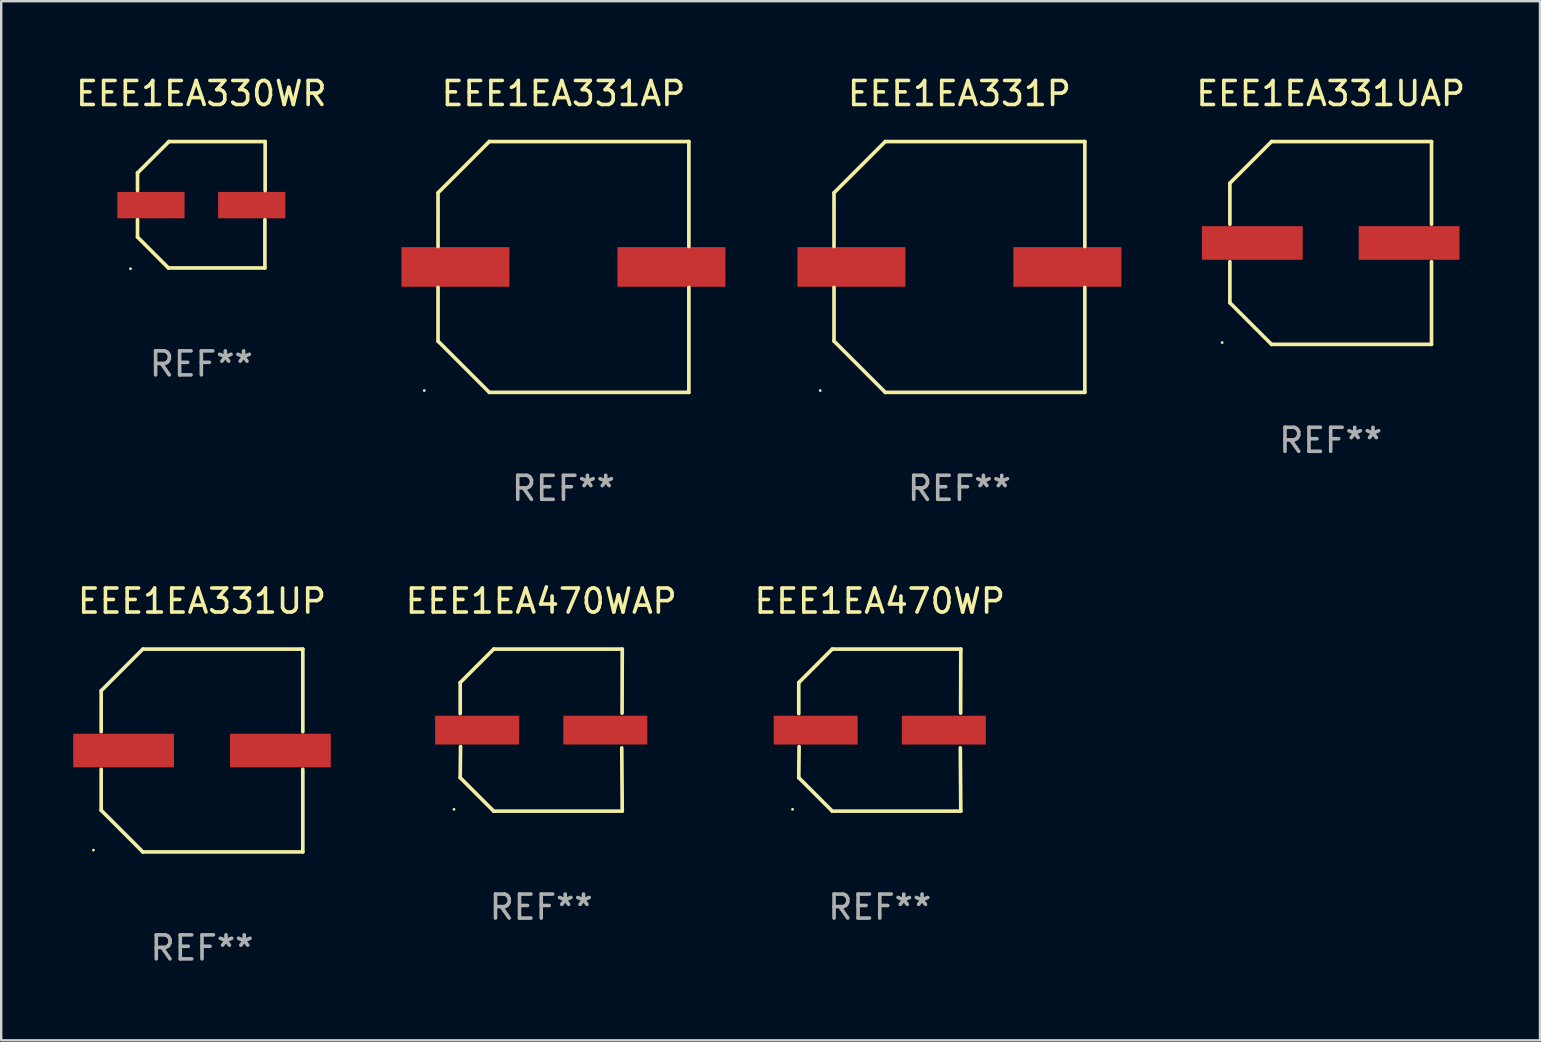
<source format=kicad_pcb>
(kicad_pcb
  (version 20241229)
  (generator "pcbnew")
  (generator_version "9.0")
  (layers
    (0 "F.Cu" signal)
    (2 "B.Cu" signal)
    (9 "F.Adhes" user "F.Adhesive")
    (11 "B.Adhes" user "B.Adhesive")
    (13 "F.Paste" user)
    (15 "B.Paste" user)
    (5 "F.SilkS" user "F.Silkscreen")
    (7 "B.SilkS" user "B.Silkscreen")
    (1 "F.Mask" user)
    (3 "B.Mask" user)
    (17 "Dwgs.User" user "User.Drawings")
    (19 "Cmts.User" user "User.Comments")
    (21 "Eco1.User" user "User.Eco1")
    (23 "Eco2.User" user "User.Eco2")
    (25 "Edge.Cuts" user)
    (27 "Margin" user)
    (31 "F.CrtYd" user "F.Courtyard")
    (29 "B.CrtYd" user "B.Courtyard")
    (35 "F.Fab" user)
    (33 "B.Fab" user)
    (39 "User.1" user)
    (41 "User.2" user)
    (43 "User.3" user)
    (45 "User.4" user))
  (footprint "EEE1EA331AP"
    (layer "F.Cu")
    (at 20.428 8.074)
    (property "Reference" "EEE1EA331AP" (at 0 -7.226 0) (layer "F.SilkS") (effects (font (size 1 1) (thickness 0.15))))
    (attr through_hole)
    (fp_line (start -5.226 -3.09) (end -5.226 -0.852) (stroke (width 0.152) (type solid)) (layer "F.SilkS"))
    (fp_line (start -5.226 3.09) (end -5.226 0.852) (stroke (width 0.152) (type solid)) (layer "F.SilkS"))
    (fp_line (start -3.09 -5.226) (end -5.226 -3.09) (stroke (width 0.152) (type solid)) (layer "F.SilkS"))
    (fp_line (start -3.09 5.226) (end -5.226 3.09) (stroke (width 0.152) (type solid)) (layer "F.SilkS"))
    (fp_line (start 5.226 -5.226) (end -3.09 -5.226) (stroke (width 0.152) (type solid)) (layer "F.SilkS"))
    (fp_line (start 5.226 -0.852) (end 5.226 -5.226) (stroke (width 0.152) (type solid)) (layer "F.SilkS"))
    (fp_line (start 5.226 0.852) (end 5.226 5.226) (stroke (width 0.152) (type solid)) (layer "F.SilkS"))
    (fp_line (start 5.226 5.226) (end -3.09 5.226) (stroke (width 0.152) (type solid)) (layer "F.SilkS"))
    (fp_circle (center -5.8 5.15) (end -5.77 5.15) (stroke (width 0.06) (type solid)) (fill no) (layer "F.SilkS"))
    (fp_text user "REF**" (at 0 9.226 0) (layer "F.Fab") (effects (font (size 1 1) (thickness 0.15))))
    (pad "1" smd rect (at -4.5 0) (size 4.5 1.65) (layers "F.Cu" "F.Mask" "F.Paste"))
    (pad "2" smd rect (at 4.5 0) (size 4.5 1.65) (layers "F.Cu" "F.Mask" "F.Paste")))
  (footprint "EEE1EA331P"
    (layer "F.Cu")
    (at 36.928 8.074)
    (property "Reference" "EEE1EA331P" (at 0 -7.226 0) (layer "F.SilkS") (effects (font (size 1 1) (thickness 0.15))))
    (attr through_hole)
    (fp_line (start -5.226 -3.09) (end -5.226 -0.852) (stroke (width 0.152) (type solid)) (layer "F.SilkS"))
    (fp_line (start -5.226 3.09) (end -5.226 0.852) (stroke (width 0.152) (type solid)) (layer "F.SilkS"))
    (fp_line (start -3.09 -5.226) (end -5.226 -3.09) (stroke (width 0.152) (type solid)) (layer "F.SilkS"))
    (fp_line (start -3.09 5.226) (end -5.226 3.09) (stroke (width 0.152) (type solid)) (layer "F.SilkS"))
    (fp_line (start 5.226 -5.226) (end -3.09 -5.226) (stroke (width 0.152) (type solid)) (layer "F.SilkS"))
    (fp_line (start 5.226 -0.852) (end 5.226 -5.226) (stroke (width 0.152) (type solid)) (layer "F.SilkS"))
    (fp_line (start 5.226 0.852) (end 5.226 5.226) (stroke (width 0.152) (type solid)) (layer "F.SilkS"))
    (fp_line (start 5.226 5.226) (end -3.09 5.226) (stroke (width 0.152) (type solid)) (layer "F.SilkS"))
    (fp_circle (center -5.8 5.15) (end -5.77 5.15) (stroke (width 0.06) (type solid)) (fill no) (layer "F.SilkS"))
    (fp_text user "REF**" (at 0 9.226 0) (layer "F.Fab") (effects (font (size 1 1) (thickness 0.15))))
    (pad "1" smd rect (at -4.5 0) (size 4.5 1.65) (layers "F.Cu" "F.Mask" "F.Paste"))
    (pad "2" smd rect (at 4.5 0) (size 4.5 1.65) (layers "F.Cu" "F.Mask" "F.Paste")))
  (footprint "EEE1EA470WAP"
    (layer "F.Cu")
    (at 19.502 27.373)
    (property "Reference" "EEE1EA470WAP" (at 0 -5.376 0) (layer "F.SilkS") (effects (font (size 1 1) (thickness 0.15))))
    (attr through_hole)
    (fp_line (start -3.376 -1.98) (end -3.376 -0.686) (stroke (width 0.152) (type solid)) (layer "F.SilkS"))
    (fp_line (start -3.376 1.981) (end -3.362 0.686) (stroke (width 0.152) (type solid)) (layer "F.SilkS"))
    (fp_line (start -1.981 3.376) (end -3.376 1.981) (stroke (width 0.152) (type solid)) (layer "F.SilkS"))
    (fp_line (start -1.98 -3.376) (end -3.376 -1.98) (stroke (width 0.152) (type solid)) (layer "F.SilkS"))
    (fp_line (start 3.356 0.74) (end 3.376 3.376) (stroke (width 0.152) (type solid)) (layer "F.SilkS"))
    (fp_line (start 3.369 -0.707) (end 3.376 -3.376) (stroke (width 0.152) (type solid)) (layer "F.SilkS"))
    (fp_line (start 3.376 3.376) (end -1.981 3.376) (stroke (width 0.152) (type solid)) (layer "F.SilkS"))
    (fp_line (start 3.376 -3.376) (end -1.98 -3.376) (stroke (width 0.152) (type solid)) (layer "F.SilkS"))
    (fp_circle (center -3.634 3.3) (end -3.604 3.3) (stroke (width 0.06) (type solid)) (fill no) (layer "F.SilkS"))
    (fp_text user "REF**" (at 0 7.376 0) (layer "F.Fab") (effects (font (size 1 1) (thickness 0.15))))
    (pad "1" smd rect (at -2.67 0.000254) (size 3.5 1.2) (layers "F.Cu" "F.Mask" "F.Paste"))
    (pad "2" smd rect (at 2.67 0.000254) (size 3.5 1.2) (layers "F.Cu" "F.Mask" "F.Paste")))
  (footprint "EEE1EA331UP"
    (layer "F.Cu")
    (at 5.367 28.223)
    (property "Reference" "EEE1EA331UP" (at 0 -6.226 0) (layer "F.SilkS") (effects (font (size 1 1) (thickness 0.15))))
    (attr through_hole)
    (fp_line (start -4.201 -2.49) (end -4.201 -0.782) (stroke (width 0.152) (type solid)) (layer "F.SilkS"))
    (fp_line (start -4.201 2.49) (end -4.201 0.782) (stroke (width 0.152) (type solid)) (layer "F.SilkS"))
    (fp_line (start -2.465 -4.226) (end -4.201 -2.49) (stroke (width 0.152) (type solid)) (layer "F.SilkS"))
    (fp_line (start -2.465 4.226) (end -4.201 2.49) (stroke (width 0.152) (type solid)) (layer "F.SilkS"))
    (fp_line (start 4.201 -4.226) (end -2.465 -4.226) (stroke (width 0.152) (type solid)) (layer "F.SilkS"))
    (fp_line (start 4.201 -0.782) (end 4.201 -4.226) (stroke (width 0.152) (type solid)) (layer "F.SilkS"))
    (fp_line (start 4.201 0.782) (end 4.201 4.226) (stroke (width 0.152) (type solid)) (layer "F.SilkS"))
    (fp_line (start 4.201 4.226) (end -2.465 4.226) (stroke (width 0.152) (type solid)) (layer "F.SilkS"))
    (fp_circle (center -4.524 4.15) (end -4.494 4.15) (stroke (width 0.06) (type solid)) (fill no) (layer "F.SilkS"))
    (fp_text user "REF**" (at 0 8.226 0) (layer "F.Fab") (effects (font (size 1 1) (thickness 0.15))))
    (pad "1" smd rect (at -3.267 0) (size 4.2 1.4) (layers "F.Cu" "F.Mask" "F.Paste"))
    (pad "2" smd rect (at 3.267 0) (size 4.2 1.4) (layers "F.Cu" "F.Mask" "F.Paste")))
  (footprint "EEE1EA470WP"
    (layer "F.Cu")
    (at 33.609 27.373)
    (property "Reference" "EEE1EA470WP" (at 0 -5.376 0) (layer "F.SilkS") (effects (font (size 1 1) (thickness 0.15))))
    (attr through_hole)
    (fp_line (start -3.376 -1.98) (end -3.376 -0.686) (stroke (width 0.152) (type solid)) (layer "F.SilkS"))
    (fp_line (start -3.376 1.981) (end -3.362 0.686) (stroke (width 0.152) (type solid)) (layer "F.SilkS"))
    (fp_line (start -1.981 3.376) (end -3.376 1.981) (stroke (width 0.152) (type solid)) (layer "F.SilkS"))
    (fp_line (start -1.98 -3.376) (end -3.376 -1.98) (stroke (width 0.152) (type solid)) (layer "F.SilkS"))
    (fp_line (start 3.356 0.74) (end 3.376 3.376) (stroke (width 0.152) (type solid)) (layer "F.SilkS"))
    (fp_line (start 3.369 -0.707) (end 3.376 -3.376) (stroke (width 0.152) (type solid)) (layer "F.SilkS"))
    (fp_line (start 3.376 3.376) (end -1.981 3.376) (stroke (width 0.152) (type solid)) (layer "F.SilkS"))
    (fp_line (start 3.376 -3.376) (end -1.98 -3.376) (stroke (width 0.152) (type solid)) (layer "F.SilkS"))
    (fp_circle (center -3.634 3.3) (end -3.604 3.3) (stroke (width 0.06) (type solid)) (fill no) (layer "F.SilkS"))
    (fp_text user "REF**" (at 0 7.376 0) (layer "F.Fab") (effects (font (size 1 1) (thickness 0.15))))
    (pad "1" smd rect (at -2.67 0.000254) (size 3.5 1.2) (layers "F.Cu" "F.Mask" "F.Paste"))
    (pad "2" smd rect (at 2.67 0.000254) (size 3.5 1.2) (layers "F.Cu" "F.Mask" "F.Paste")))
  (footprint "EEE1EA330WR"
    (layer "F.Cu")
    (at 5.339 5.482)
    (property "Reference" "EEE1EA330WR" (at 0 -4.634 0) (layer "F.SilkS") (effects (font (size 1 1) (thickness 0.15))))
    (attr through_hole)
    (fp_line (start -2.659 -1.326) (end -2.659 -0.592) (stroke (width 0.152) (type solid)) (layer "F.SilkS"))
    (fp_line (start -2.659 1.346) (end -2.659 0.622) (stroke (width 0.152) (type solid)) (layer "F.SilkS"))
    (fp_line (start -1.372 2.634) (end -2.659 1.346) (stroke (width 0.152) (type solid)) (layer "F.SilkS"))
    (fp_line (start -1.349 -2.634) (end -2.659 -1.326) (stroke (width 0.152) (type solid)) (layer "F.SilkS"))
    (fp_line (start 2.649 0.622) (end 2.649 2.634) (stroke (width 0.152) (type solid)) (layer "F.SilkS"))
    (fp_line (start 2.649 2.634) (end -1.372 2.634) (stroke (width 0.152) (type solid)) (layer "F.SilkS"))
    (fp_line (start 2.659 -2.634) (end -1.349 -2.634) (stroke (width 0.152) (type solid)) (layer "F.SilkS"))
    (fp_line (start 2.659 -0.592) (end 2.659 -2.634) (stroke (width 0.152) (type solid)) (layer "F.SilkS"))
    (fp_circle (center -2.95 2.665) (end -2.92 2.665) (stroke (width 0.06) (type solid)) (fill no) (layer "F.SilkS"))
    (fp_text user "REF**" (at 0 6.634 0) (layer "F.Fab") (effects (font (size 1 1) (thickness 0.15))))
    (pad "1" smd rect (at -2.1 0.015) (size 2.8 1.1) (layers "F.Cu" "F.Mask" "F.Paste"))
    (pad "2" smd rect (at 2.1 0.015) (size 2.8 1.1) (layers "F.Cu" "F.Mask" "F.Paste")))
  (footprint "EEE1EA331UAP"
    (layer "F.Cu")
    (at 52.398 7.074)
    (property "Reference" "EEE1EA331UAP" (at 0 -6.226 0) (layer "F.SilkS") (effects (font (size 1 1) (thickness 0.15))))
    (attr through_hole)
    (fp_line (start -4.201 -2.49) (end -4.201 -0.782) (stroke (width 0.152) (type solid)) (layer "F.SilkS"))
    (fp_line (start -4.201 2.49) (end -4.201 0.782) (stroke (width 0.152) (type solid)) (layer "F.SilkS"))
    (fp_line (start -2.465 -4.226) (end -4.201 -2.49) (stroke (width 0.152) (type solid)) (layer "F.SilkS"))
    (fp_line (start -2.465 4.226) (end -4.201 2.49) (stroke (width 0.152) (type solid)) (layer "F.SilkS"))
    (fp_line (start 4.201 -4.226) (end -2.465 -4.226) (stroke (width 0.152) (type solid)) (layer "F.SilkS"))
    (fp_line (start 4.201 -0.782) (end 4.201 -4.226) (stroke (width 0.152) (type solid)) (layer "F.SilkS"))
    (fp_line (start 4.201 0.782) (end 4.201 4.226) (stroke (width 0.152) (type solid)) (layer "F.SilkS"))
    (fp_line (start 4.201 4.226) (end -2.465 4.226) (stroke (width 0.152) (type solid)) (layer "F.SilkS"))
    (fp_circle (center -4.524 4.15) (end -4.494 4.15) (stroke (width 0.06) (type solid)) (fill no) (layer "F.SilkS"))
    (fp_text user "REF**" (at 0 8.226 0) (layer "F.Fab") (effects (font (size 1 1) (thickness 0.15))))
    (pad "1" smd rect (at -3.267 0) (size 4.2 1.4) (layers "F.Cu" "F.Mask" "F.Paste"))
    (pad "2" smd rect (at 3.267 0) (size 4.2 1.4) (layers "F.Cu" "F.Mask" "F.Paste")))
  (gr_rect
    (start -3 -3)
    (end 61.119 40.298)
    (stroke (width 0.1) (type default))
    (fill no)
    (layer "Edge.Cuts")))
</source>
